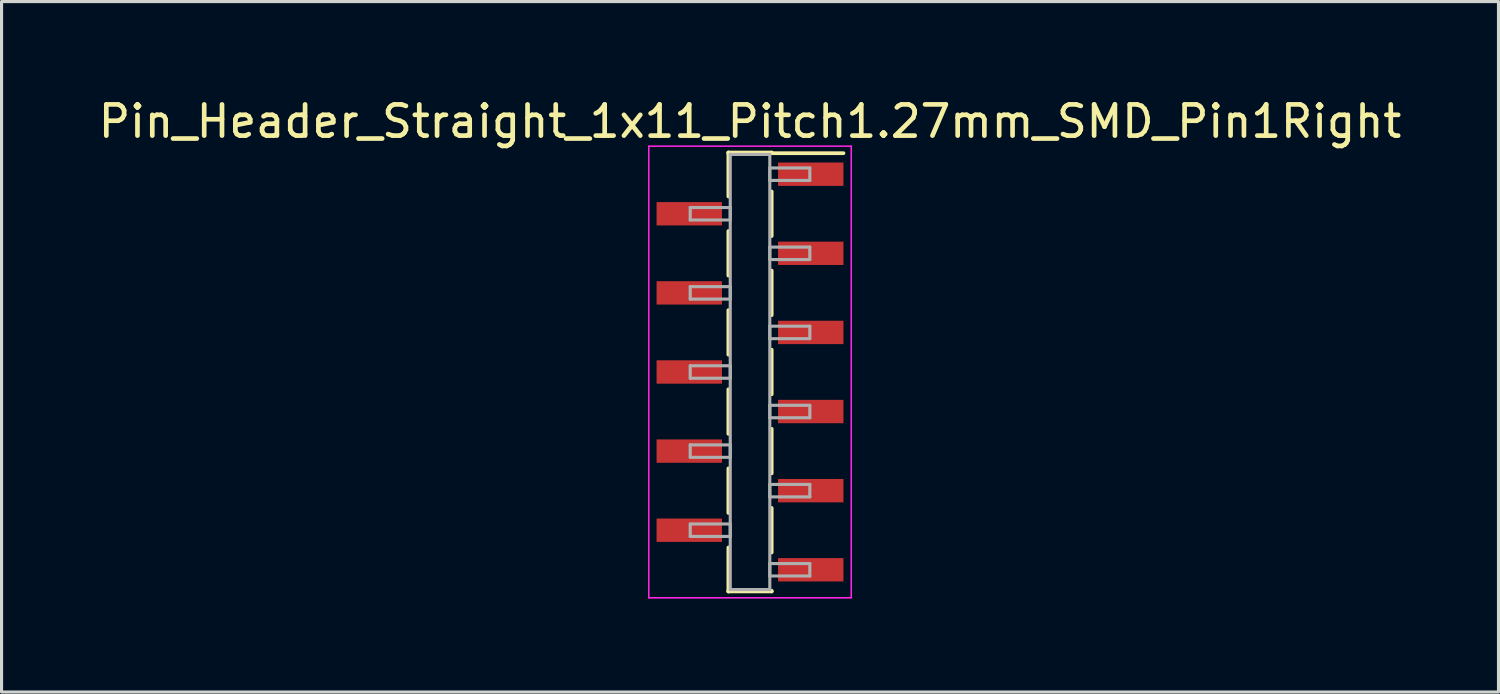
<source format=kicad_pcb>
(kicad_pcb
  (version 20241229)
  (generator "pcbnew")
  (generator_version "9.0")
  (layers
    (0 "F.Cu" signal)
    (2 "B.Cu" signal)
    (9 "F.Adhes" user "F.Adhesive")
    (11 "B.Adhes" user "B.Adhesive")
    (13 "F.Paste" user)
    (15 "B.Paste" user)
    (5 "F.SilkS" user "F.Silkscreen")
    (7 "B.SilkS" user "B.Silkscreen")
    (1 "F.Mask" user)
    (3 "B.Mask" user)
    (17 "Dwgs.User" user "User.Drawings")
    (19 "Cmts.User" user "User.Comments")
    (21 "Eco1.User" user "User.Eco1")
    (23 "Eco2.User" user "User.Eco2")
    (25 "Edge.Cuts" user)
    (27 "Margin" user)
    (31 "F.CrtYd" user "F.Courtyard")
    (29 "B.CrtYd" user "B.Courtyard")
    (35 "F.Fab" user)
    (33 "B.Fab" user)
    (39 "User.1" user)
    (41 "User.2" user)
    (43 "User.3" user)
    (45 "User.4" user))
  (footprint "Pin_Header_Straight_1x11_Pitch1.27mm_SMD_Pin1Right"
    (layer "F.Cu")
    (at 21.03 8.893)
    (property "Reference" "Pin_Header_Straight_1x11_Pitch1.27mm_SMD_Pin1Right" (at 0 -8.045 0) (layer "F.SilkS") (effects (font (size 1 1) (thickness 0.15))))
    (attr smd)
    (fp_line (start -0.695 -7.045) (end -0.695 -5.635) (stroke (width 0.12) (type solid)) (layer "F.SilkS"))
    (fp_line (start -0.695 -7.045) (end 0.695 -7.045) (stroke (width 0.12) (type solid)) (layer "F.SilkS"))
    (fp_line (start -0.695 -7.025) (end -0.695 -7.045) (stroke (width 0.12) (type solid)) (layer "F.SilkS"))
    (fp_line (start -0.695 -4.525) (end -0.695 -3.095) (stroke (width 0.12) (type solid)) (layer "F.SilkS"))
    (fp_line (start -0.695 -1.985) (end -0.695 -0.555) (stroke (width 0.12) (type solid)) (layer "F.SilkS"))
    (fp_line (start -0.695 0.555) (end -0.695 1.985) (stroke (width 0.12) (type solid)) (layer "F.SilkS"))
    (fp_line (start -0.695 3.095) (end -0.695 4.525) (stroke (width 0.12) (type solid)) (layer "F.SilkS"))
    (fp_line (start -0.695 5.635) (end -0.695 7.045) (stroke (width 0.12) (type solid)) (layer "F.SilkS"))
    (fp_line (start -0.695 7.025) (end -0.695 7.045) (stroke (width 0.12) (type solid)) (layer "F.SilkS"))
    (fp_line (start -0.695 7.045) (end 0.695 7.045) (stroke (width 0.12) (type solid)) (layer "F.SilkS"))
    (fp_line (start 0.695 -7.045) (end 0.695 -7.025) (stroke (width 0.12) (type solid)) (layer "F.SilkS"))
    (fp_line (start 0.695 -7.025) (end 3 -7.025) (stroke (width 0.12) (type solid)) (layer "F.SilkS"))
    (fp_line (start 0.695 -5.795) (end 0.695 -4.365) (stroke (width 0.12) (type solid)) (layer "F.SilkS"))
    (fp_line (start 0.695 -3.255) (end 0.695 -1.825) (stroke (width 0.12) (type solid)) (layer "F.SilkS"))
    (fp_line (start 0.695 -0.715) (end 0.695 0.715) (stroke (width 0.12) (type solid)) (layer "F.SilkS"))
    (fp_line (start 0.695 1.825) (end 0.695 3.255) (stroke (width 0.12) (type solid)) (layer "F.SilkS"))
    (fp_line (start 0.695 4.365) (end 0.695 5.795) (stroke (width 0.12) (type solid)) (layer "F.SilkS"))
    (fp_line (start 0.695 7.045) (end 0.695 7.025) (stroke (width 0.12) (type solid)) (layer "F.SilkS"))
    (fp_line (start -3.25 -7.25) (end -3.25 7.25) (stroke (width 0.05) (type solid)) (layer "F.CrtYd"))
    (fp_line (start -3.25 7.25) (end 3.25 7.25) (stroke (width 0.05) (type solid)) (layer "F.CrtYd"))
    (fp_line (start 3.25 -7.25) (end -3.25 -7.25) (stroke (width 0.05) (type solid)) (layer "F.CrtYd"))
    (fp_line (start 3.25 7.25) (end 3.25 -7.25) (stroke (width 0.05) (type solid)) (layer "F.CrtYd"))
    (fp_line (start -1.92 -5.28) (end -0.635 -5.28) (stroke (width 0.1) (type solid)) (layer "F.Fab"))
    (fp_line (start -1.92 -4.88) (end -1.92 -5.28) (stroke (width 0.1) (type solid)) (layer "F.Fab"))
    (fp_line (start -1.92 -2.74) (end -0.635 -2.74) (stroke (width 0.1) (type solid)) (layer "F.Fab"))
    (fp_line (start -1.92 -2.34) (end -1.92 -2.74) (stroke (width 0.1) (type solid)) (layer "F.Fab"))
    (fp_line (start -1.92 -0.2) (end -0.635 -0.2) (stroke (width 0.1) (type solid)) (layer "F.Fab"))
    (fp_line (start -1.92 0.2) (end -1.92 -0.2) (stroke (width 0.1) (type solid)) (layer "F.Fab"))
    (fp_line (start -1.92 2.34) (end -0.635 2.34) (stroke (width 0.1) (type solid)) (layer "F.Fab"))
    (fp_line (start -1.92 2.74) (end -1.92 2.34) (stroke (width 0.1) (type solid)) (layer "F.Fab"))
    (fp_line (start -1.92 4.88) (end -0.635 4.88) (stroke (width 0.1) (type solid)) (layer "F.Fab"))
    (fp_line (start -1.92 5.28) (end -1.92 4.88) (stroke (width 0.1) (type solid)) (layer "F.Fab"))
    (fp_line (start -0.635 -6.985) (end -0.635 6.985) (stroke (width 0.1) (type solid)) (layer "F.Fab"))
    (fp_line (start -0.635 -5.28) (end -0.635 -4.88) (stroke (width 0.1) (type solid)) (layer "F.Fab"))
    (fp_line (start -0.635 -4.88) (end -1.92 -4.88) (stroke (width 0.1) (type solid)) (layer "F.Fab"))
    (fp_line (start -0.635 -2.74) (end -0.635 -2.34) (stroke (width 0.1) (type solid)) (layer "F.Fab"))
    (fp_line (start -0.635 -2.34) (end -1.92 -2.34) (stroke (width 0.1) (type solid)) (layer "F.Fab"))
    (fp_line (start -0.635 -0.2) (end -0.635 0.2) (stroke (width 0.1) (type solid)) (layer "F.Fab"))
    (fp_line (start -0.635 0.2) (end -1.92 0.2) (stroke (width 0.1) (type solid)) (layer "F.Fab"))
    (fp_line (start -0.635 2.34) (end -0.635 2.74) (stroke (width 0.1) (type solid)) (layer "F.Fab"))
    (fp_line (start -0.635 2.74) (end -1.92 2.74) (stroke (width 0.1) (type solid)) (layer "F.Fab"))
    (fp_line (start -0.635 4.88) (end -0.635 5.28) (stroke (width 0.1) (type solid)) (layer "F.Fab"))
    (fp_line (start -0.635 5.28) (end -1.92 5.28) (stroke (width 0.1) (type solid)) (layer "F.Fab"))
    (fp_line (start -0.635 6.985) (end 0.635 6.985) (stroke (width 0.1) (type solid)) (layer "F.Fab"))
    (fp_line (start 0.635 -6.985) (end -0.635 -6.985) (stroke (width 0.1) (type solid)) (layer "F.Fab"))
    (fp_line (start 0.635 -6.55) (end 0.635 -6.15) (stroke (width 0.1) (type solid)) (layer "F.Fab"))
    (fp_line (start 0.635 -6.15) (end 1.92 -6.15) (stroke (width 0.1) (type solid)) (layer "F.Fab"))
    (fp_line (start 0.635 -4.01) (end 0.635 -3.61) (stroke (width 0.1) (type solid)) (layer "F.Fab"))
    (fp_line (start 0.635 -3.61) (end 1.92 -3.61) (stroke (width 0.1) (type solid)) (layer "F.Fab"))
    (fp_line (start 0.635 -1.47) (end 0.635 -1.07) (stroke (width 0.1) (type solid)) (layer "F.Fab"))
    (fp_line (start 0.635 -1.07) (end 1.92 -1.07) (stroke (width 0.1) (type solid)) (layer "F.Fab"))
    (fp_line (start 0.635 1.07) (end 0.635 1.47) (stroke (width 0.1) (type solid)) (layer "F.Fab"))
    (fp_line (start 0.635 1.47) (end 1.92 1.47) (stroke (width 0.1) (type solid)) (layer "F.Fab"))
    (fp_line (start 0.635 3.61) (end 0.635 4.01) (stroke (width 0.1) (type solid)) (layer "F.Fab"))
    (fp_line (start 0.635 4.01) (end 1.92 4.01) (stroke (width 0.1) (type solid)) (layer "F.Fab"))
    (fp_line (start 0.635 6.15) (end 0.635 6.55) (stroke (width 0.1) (type solid)) (layer "F.Fab"))
    (fp_line (start 0.635 6.55) (end 1.92 6.55) (stroke (width 0.1) (type solid)) (layer "F.Fab"))
    (fp_line (start 0.635 6.985) (end 0.635 -6.985) (stroke (width 0.1) (type solid)) (layer "F.Fab"))
    (fp_line (start 1.92 -6.55) (end 0.635 -6.55) (stroke (width 0.1) (type solid)) (layer "F.Fab"))
    (fp_line (start 1.92 -6.15) (end 1.92 -6.55) (stroke (width 0.1) (type solid)) (layer "F.Fab"))
    (fp_line (start 1.92 -4.01) (end 0.635 -4.01) (stroke (width 0.1) (type solid)) (layer "F.Fab"))
    (fp_line (start 1.92 -3.61) (end 1.92 -4.01) (stroke (width 0.1) (type solid)) (layer "F.Fab"))
    (fp_line (start 1.92 -1.47) (end 0.635 -1.47) (stroke (width 0.1) (type solid)) (layer "F.Fab"))
    (fp_line (start 1.92 -1.07) (end 1.92 -1.47) (stroke (width 0.1) (type solid)) (layer "F.Fab"))
    (fp_line (start 1.92 1.07) (end 0.635 1.07) (stroke (width 0.1) (type solid)) (layer "F.Fab"))
    (fp_line (start 1.92 1.47) (end 1.92 1.07) (stroke (width 0.1) (type solid)) (layer "F.Fab"))
    (fp_line (start 1.92 3.61) (end 0.635 3.61) (stroke (width 0.1) (type solid)) (layer "F.Fab"))
    (fp_line (start 1.92 4.01) (end 1.92 3.61) (stroke (width 0.1) (type solid)) (layer "F.Fab"))
    (fp_line (start 1.92 6.15) (end 0.635 6.15) (stroke (width 0.1) (type solid)) (layer "F.Fab"))
    (fp_line (start 1.92 6.55) (end 1.92 6.15) (stroke (width 0.1) (type solid)) (layer "F.Fab"))
    (pad "1" smd rect (at 1.95 -6.35) (size 2.1 0.75) (layers "F.Cu" "F.Mask"))
    (pad "2" smd rect (at -1.95 -5.08) (size 2.1 0.75) (layers "F.Cu" "F.Mask"))
    (pad "3" smd rect (at 1.95 -3.81) (size 2.1 0.75) (layers "F.Cu" "F.Mask"))
    (pad "4" smd rect (at -1.95 -2.54) (size 2.1 0.75) (layers "F.Cu" "F.Mask"))
    (pad "5" smd rect (at 1.95 -1.27) (size 2.1 0.75) (layers "F.Cu" "F.Mask"))
    (pad "6" smd rect (at -1.95 0) (size 2.1 0.75) (layers "F.Cu" "F.Mask"))
    (pad "7" smd rect (at 1.95 1.27) (size 2.1 0.75) (layers "F.Cu" "F.Mask"))
    (pad "8" smd rect (at -1.95 2.54) (size 2.1 0.75) (layers "F.Cu" "F.Mask"))
    (pad "9" smd rect (at 1.95 3.81) (size 2.1 0.75) (layers "F.Cu" "F.Mask"))
    (pad "10" smd rect (at -1.95 5.08) (size 2.1 0.75) (layers "F.Cu" "F.Mask"))
    (pad "11" smd rect (at 1.95 6.35) (size 2.1 0.75) (layers "F.Cu" "F.Mask")))
  (gr_rect
    (start -3 -3)
    (end 45.06 19.168)
    (stroke (width 0.1) (type default))
    (fill no)
    (layer "Edge.Cuts")))
</source>
